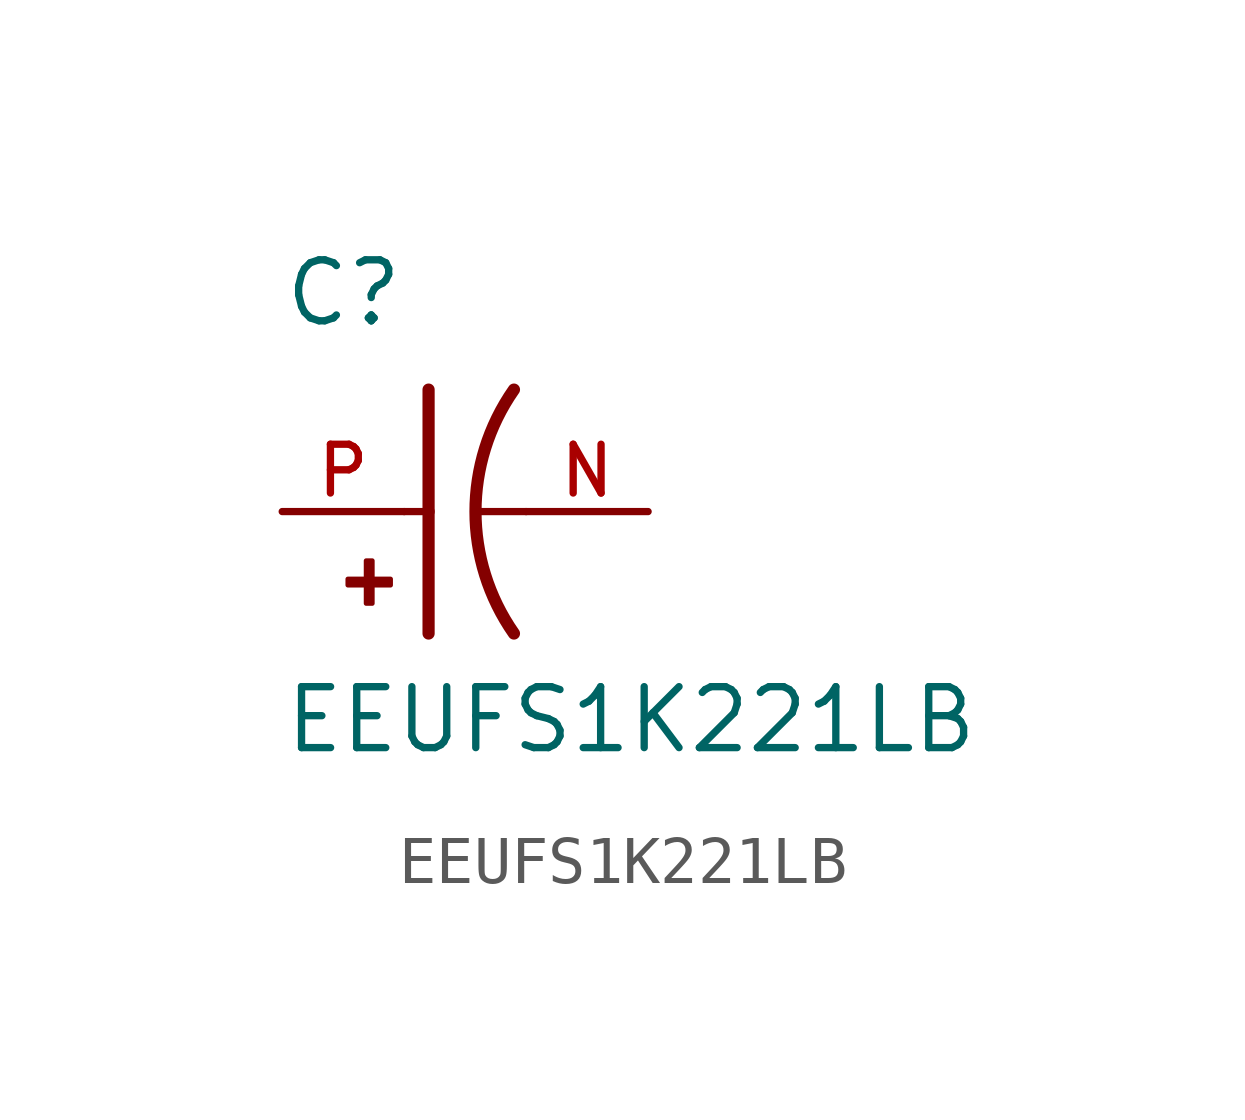
<source format=kicad_sym>
(kicad_symbol_lib
  (version 20211014)
  (generator kicad_symbol_editor)
  (symbol "EEUFS1K221LB"
    (pin_names
      (offset 1.016))
    (property "Reference" "C"
      (at -2.54 3.81 0)
      (effects (font (size 1.27 1.27)) (justify bottom left)))
    (property "Value" "EEUFS1K221LB"
      (at -2.54 -5.08 0)
      (effects (font (size 1.27 1.27)) (justify bottom left)))
    (symbol "EEUFS1K221LB_0_0"
      (arc (start 2.286 -2.54) (mid 1.4851 -0.0) (end 2.286 2.54) (stroke (width 0.254) (type default) (color 0 0 0 0)) (fill (type none)))
      (polyline (pts (xy 0.508 2.54) (xy 0.508 0.0)) (stroke (width 0.254)))
      (rectangle (start -1.173 -1.532) (end -0.284 -1.405) (stroke (width 0.1)) (fill (type outline)))
      (rectangle (start -0.792 -1.913) (end -0.665 -1.024) (stroke (width 0.1)) (fill (type outline)))
      (polyline (pts (xy 0.508 0.0) (xy 0.508 -2.54)) (stroke (width 0.254)))
      (polyline (pts (xy 0.0 0.0) (xy 0.508 0.0)) (stroke (width 0.152)))
      (polyline (pts (xy 2.54 0.0) (xy 1.524 0.0)) (stroke (width 0.152)))
      (pin passive line (at -2.54 0.0 0) (length 2.54) (name "~" (effects (font (size 1.016 1.016)))) (number "P" (effects (font (size 1.016 1.016)))))
      (pin passive line (at 5.08 0.0 180.0) (length 2.54) (name "~" (effects (font (size 1.016 1.016)))) (number "N" (effects (font (size 1.016 1.016))))))))
</source>
